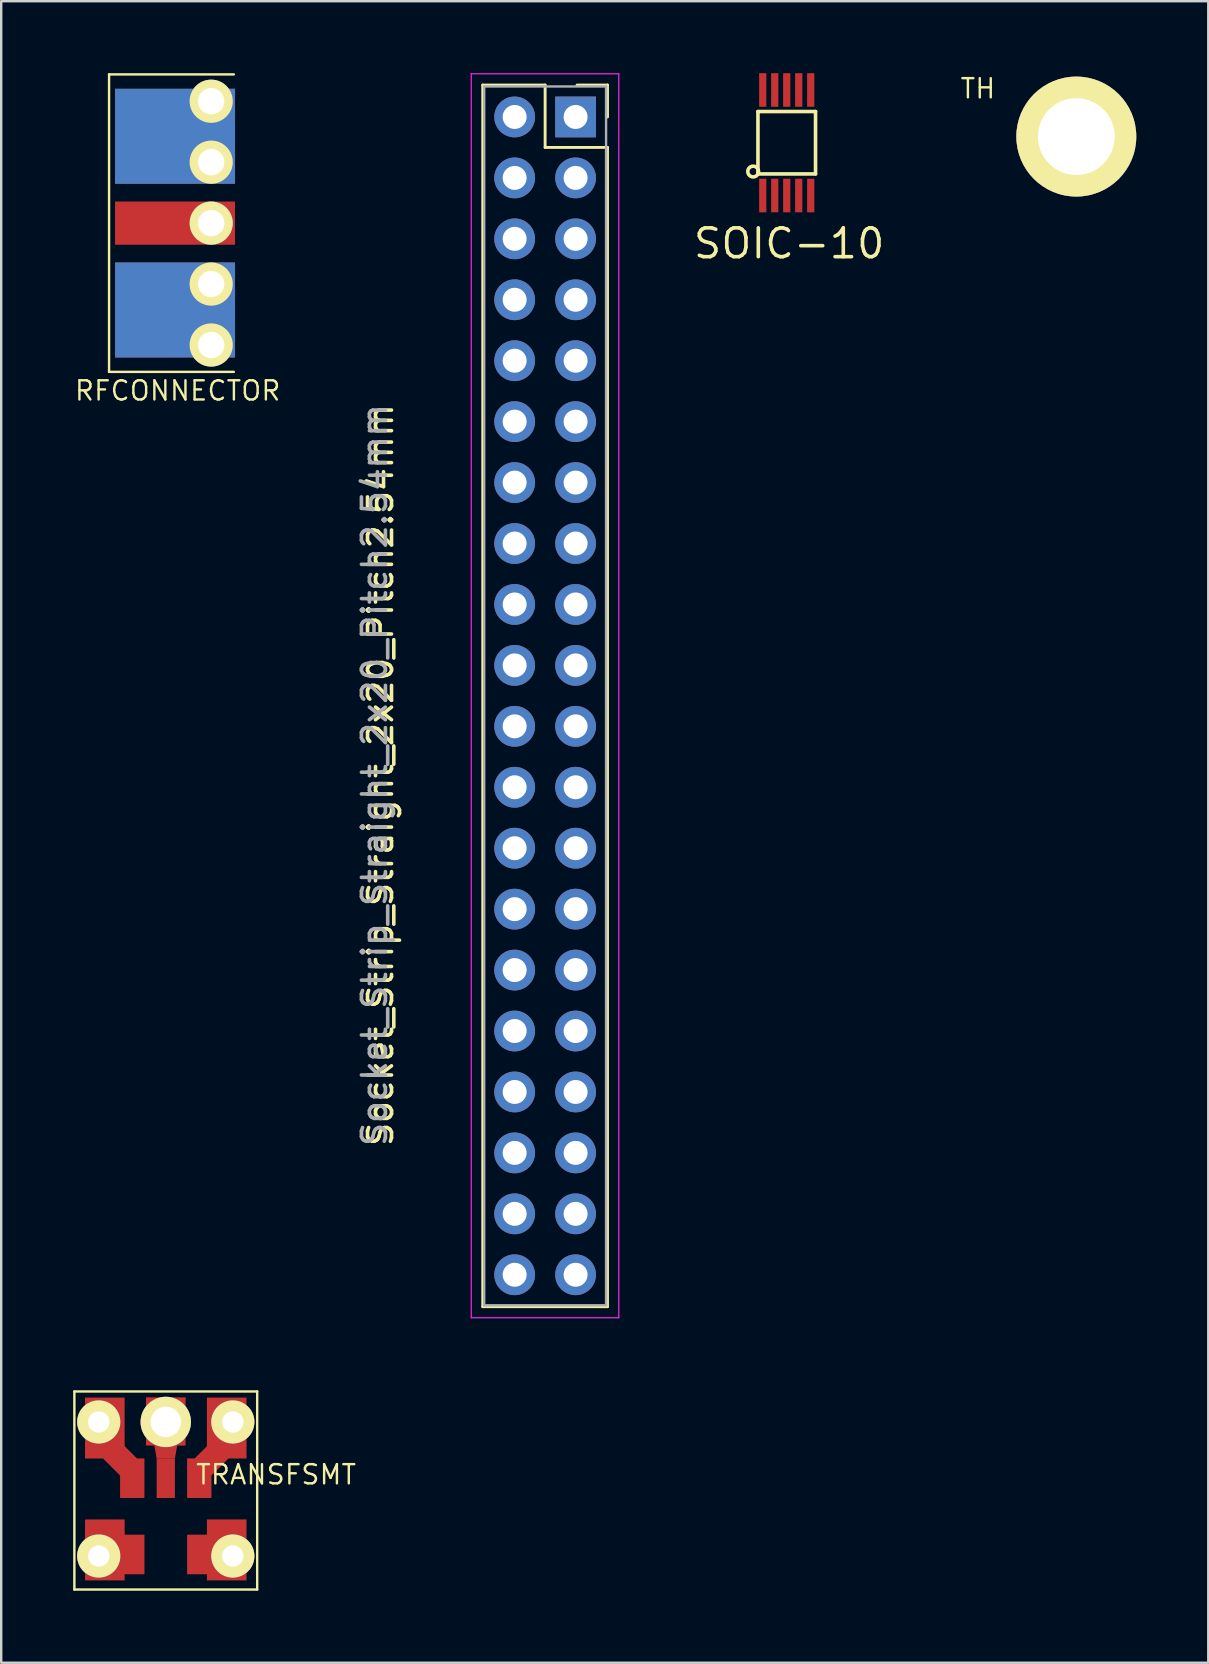
<source format=kicad_pcb>
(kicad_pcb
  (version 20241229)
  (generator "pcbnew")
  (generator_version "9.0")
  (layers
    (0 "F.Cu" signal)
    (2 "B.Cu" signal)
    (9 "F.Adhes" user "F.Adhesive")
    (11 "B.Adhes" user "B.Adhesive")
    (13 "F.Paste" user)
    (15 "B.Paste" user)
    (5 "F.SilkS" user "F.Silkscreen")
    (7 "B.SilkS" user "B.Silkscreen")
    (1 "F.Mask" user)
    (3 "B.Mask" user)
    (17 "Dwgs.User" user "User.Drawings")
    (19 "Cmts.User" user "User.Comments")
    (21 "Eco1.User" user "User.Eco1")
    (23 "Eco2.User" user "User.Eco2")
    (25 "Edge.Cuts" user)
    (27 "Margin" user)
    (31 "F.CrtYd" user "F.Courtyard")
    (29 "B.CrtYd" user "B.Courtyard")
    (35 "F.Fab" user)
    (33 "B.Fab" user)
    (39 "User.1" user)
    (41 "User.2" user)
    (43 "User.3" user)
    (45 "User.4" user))
  (footprint "SOIC-10"
    (layer "F.Cu")
    (at 29.743 2.9)
    (property "Reference" "SOIC-10" (at 0.1 4.2 180) (layer "F.SilkS") (effects (font (size 1.2 1.2) (thickness 0.15))))
    (attr through_hole)
    (fp_line (start -1.2 -1.3) (end 1.2 -1.3) (stroke (width 0.15) (type solid)) (layer "F.SilkS"))
    (fp_line (start -1.2 1.3) (end -1.2 -1.3) (stroke (width 0.15) (type solid)) (layer "F.SilkS"))
    (fp_line (start 1.2 -1.3) (end 1.2 1.3) (stroke (width 0.15) (type solid)) (layer "F.SilkS"))
    (fp_line (start 1.2 1.3) (end -1.2 1.3) (stroke (width 0.15) (type solid)) (layer "F.SilkS"))
    (fp_circle (center -1.4 1.2) (end -1.6 1.1) (stroke (width 0.15) (type solid)) (fill no) (layer "F.SilkS"))
    (pad "1" smd rect (at -1 2.2) (size 0.3 1.4) (layers "F.Cu" "F.Mask" "F.Paste"))
    (pad "2" smd rect (at -0.5 2.2) (size 0.3 1.4) (layers "F.Cu" "F.Mask" "F.Paste"))
    (pad "3" smd rect (at 0 2.2) (size 0.3 1.4) (layers "F.Cu" "F.Mask" "F.Paste"))
    (pad "4" smd rect (at 0.5 2.2) (size 0.3 1.4) (layers "F.Cu" "F.Mask" "F.Paste"))
    (pad "5" smd rect (at 1 2.2) (size 0.3 1.4) (layers "F.Cu" "F.Mask" "F.Paste"))
    (pad "6" smd rect (at 1 -2.2) (size 0.3 1.4) (layers "F.Cu" "F.Mask" "F.Paste"))
    (pad "7" smd rect (at 0.5 -2.2) (size 0.3 1.4) (layers "F.Cu" "F.Mask" "F.Paste"))
    (pad "8" smd rect (at 0 -2.2) (size 0.3 1.4) (layers "F.Cu" "F.Mask" "F.Paste"))
    (pad "9" smd rect (at -0.5 -2.2) (size 0.3 1.4) (layers "F.Cu" "F.Mask" "F.Paste"))
    (pad "10" smd rect (at -1 -2.2) (size 0.3 1.4) (layers "F.Cu" "F.Mask" "F.Paste")))
  (footprint "TH"
    (layer "F.Cu")
    (at 41.813 2.643)
    (property "Reference" "TH" (at -4.1 -2 0) (layer "F.SilkS") (effects (font (size 0.8 0.8) (thickness 0.1))))
    (attr through_hole)
    (pad "1" thru_hole circle (at 0 0) (size 5 5) (drill 3.2) (layers "*.Cu" "*.Mask" "F.SilkS")))
  (footprint "Socket_Strip_Straight_2x20_Pitch2.54mm"
    (layer "F.Cu")
    (at 20.942 1.825)
    (property "Reference" "Socket_Strip_Straight_2x20_Pitch2.54mm" (at -8.128 27.432 90) (layer "F.SilkS") (effects (font (size 1 1) (thickness 0.15))))
    (attr through_hole)
    (fp_line (start -3.87 -1.33) (end -1.27 -1.33) (stroke (width 0.12) (type solid)) (layer "F.SilkS"))
    (fp_line (start -3.87 49.59) (end -3.87 -1.33) (stroke (width 0.12) (type solid)) (layer "F.SilkS"))
    (fp_line (start -1.27 -1.33) (end -1.27 1.27) (stroke (width 0.12) (type solid)) (layer "F.SilkS"))
    (fp_line (start -1.27 1.27) (end 1.33 1.27) (stroke (width 0.12) (type solid)) (layer "F.SilkS"))
    (fp_line (start 1.33 -1.33) (end 0.06 -1.33) (stroke (width 0.12) (type solid)) (layer "F.SilkS"))
    (fp_line (start 1.33 0) (end 1.33 -1.33) (stroke (width 0.12) (type solid)) (layer "F.SilkS"))
    (fp_line (start 1.33 1.27) (end 1.33 49.59) (stroke (width 0.12) (type solid)) (layer "F.SilkS"))
    (fp_line (start 1.33 49.59) (end -3.87 49.59) (stroke (width 0.12) (type solid)) (layer "F.SilkS"))
    (fp_line (start -4.35 -1.8) (end -4.35 50.05) (stroke (width 0.05) (type solid)) (layer "F.CrtYd"))
    (fp_line (start -4.35 50.05) (end 1.8 50.05) (stroke (width 0.05) (type solid)) (layer "F.CrtYd"))
    (fp_line (start 1.8 -1.8) (end -4.35 -1.8) (stroke (width 0.05) (type solid)) (layer "F.CrtYd"))
    (fp_line (start 1.8 50.05) (end 1.8 -1.8) (stroke (width 0.05) (type solid)) (layer "F.CrtYd"))
    (fp_line (start -3.81 -1.27) (end -3.81 49.53) (stroke (width 0.1) (type solid)) (layer "F.Fab"))
    (fp_line (start -3.81 49.53) (end 1.27 49.53) (stroke (width 0.1) (type solid)) (layer "F.Fab"))
    (fp_line (start 1.27 -1.27) (end -3.81 -1.27) (stroke (width 0.1) (type solid)) (layer "F.Fab"))
    (fp_line (start 1.27 49.53) (end 1.27 -1.27) (stroke (width 0.1) (type solid)) (layer "F.Fab"))
    (fp_text user "${REFERENCE}" (at -8.382 27.432 90) (layer "F.Fab") (effects (font (size 1 1) (thickness 0.15))))
    (pad "1" thru_hole rect (at 0 0) (size 1.7 1.7) (drill 1) (layers "*.Cu" "*.Mask"))
    (pad "2" thru_hole oval (at -2.54 0) (size 1.7 1.7) (drill 1) (layers "*.Cu" "*.Mask"))
    (pad "3" thru_hole oval (at 0 2.54) (size 1.7 1.7) (drill 1) (layers "*.Cu" "*.Mask"))
    (pad "4" thru_hole oval (at -2.54 2.54) (size 1.7 1.7) (drill 1) (layers "*.Cu" "*.Mask"))
    (pad "5" thru_hole oval (at 0 5.08) (size 1.7 1.7) (drill 1) (layers "*.Cu" "*.Mask"))
    (pad "6" thru_hole oval (at -2.54 5.08) (size 1.7 1.7) (drill 1) (layers "*.Cu" "*.Mask"))
    (pad "7" thru_hole oval (at 0 7.62) (size 1.7 1.7) (drill 1) (layers "*.Cu" "*.Mask"))
    (pad "8" thru_hole oval (at -2.54 7.62) (size 1.7 1.7) (drill 1) (layers "*.Cu" "*.Mask"))
    (pad "9" thru_hole oval (at 0 10.16) (size 1.7 1.7) (drill 1) (layers "*.Cu" "*.Mask"))
    (pad "10" thru_hole oval (at -2.54 10.16) (size 1.7 1.7) (drill 1) (layers "*.Cu" "*.Mask"))
    (pad "11" thru_hole oval (at 0 12.7) (size 1.7 1.7) (drill 1) (layers "*.Cu" "*.Mask"))
    (pad "12" thru_hole oval (at -2.54 12.7) (size 1.7 1.7) (drill 1) (layers "*.Cu" "*.Mask"))
    (pad "13" thru_hole oval (at 0 15.24) (size 1.7 1.7) (drill 1) (layers "*.Cu" "*.Mask"))
    (pad "14" thru_hole oval (at -2.54 15.24) (size 1.7 1.7) (drill 1) (layers "*.Cu" "*.Mask"))
    (pad "15" thru_hole oval (at 0 17.78) (size 1.7 1.7) (drill 1) (layers "*.Cu" "*.Mask"))
    (pad "16" thru_hole oval (at -2.54 17.78) (size 1.7 1.7) (drill 1) (layers "*.Cu" "*.Mask"))
    (pad "17" thru_hole oval (at 0 20.32) (size 1.7 1.7) (drill 1) (layers "*.Cu" "*.Mask"))
    (pad "18" thru_hole oval (at -2.54 20.32) (size 1.7 1.7) (drill 1) (layers "*.Cu" "*.Mask"))
    (pad "19" thru_hole oval (at 0 22.86) (size 1.7 1.7) (drill 1) (layers "*.Cu" "*.Mask"))
    (pad "20" thru_hole oval (at -2.54 22.86) (size 1.7 1.7) (drill 1) (layers "*.Cu" "*.Mask"))
    (pad "21" thru_hole oval (at 0 25.4) (size 1.7 1.7) (drill 1) (layers "*.Cu" "*.Mask"))
    (pad "22" thru_hole oval (at -2.54 25.4) (size 1.7 1.7) (drill 1) (layers "*.Cu" "*.Mask"))
    (pad "23" thru_hole oval (at 0 27.94) (size 1.7 1.7) (drill 1) (layers "*.Cu" "*.Mask"))
    (pad "24" thru_hole oval (at -2.54 27.94) (size 1.7 1.7) (drill 1) (layers "*.Cu" "*.Mask"))
    (pad "25" thru_hole oval (at 0 30.48) (size 1.7 1.7) (drill 1) (layers "*.Cu" "*.Mask"))
    (pad "26" thru_hole oval (at -2.54 30.48) (size 1.7 1.7) (drill 1) (layers "*.Cu" "*.Mask"))
    (pad "27" thru_hole oval (at 0 33.02) (size 1.7 1.7) (drill 1) (layers "*.Cu" "*.Mask"))
    (pad "28" thru_hole oval (at -2.54 33.02) (size 1.7 1.7) (drill 1) (layers "*.Cu" "*.Mask"))
    (pad "29" thru_hole oval (at 0 35.56) (size 1.7 1.7) (drill 1) (layers "*.Cu" "*.Mask"))
    (pad "30" thru_hole oval (at -2.54 35.56) (size 1.7 1.7) (drill 1) (layers "*.Cu" "*.Mask"))
    (pad "31" thru_hole oval (at 0 38.1) (size 1.7 1.7) (drill 1) (layers "*.Cu" "*.Mask"))
    (pad "32" thru_hole oval (at -2.54 38.1) (size 1.7 1.7) (drill 1) (layers "*.Cu" "*.Mask"))
    (pad "33" thru_hole oval (at 0 40.64) (size 1.7 1.7) (drill 1) (layers "*.Cu" "*.Mask"))
    (pad "34" thru_hole oval (at -2.54 40.64) (size 1.7 1.7) (drill 1) (layers "*.Cu" "*.Mask"))
    (pad "35" thru_hole oval (at 0 43.18) (size 1.7 1.7) (drill 1) (layers "*.Cu" "*.Mask"))
    (pad "36" thru_hole oval (at -2.54 43.18) (size 1.7 1.7) (drill 1) (layers "*.Cu" "*.Mask"))
    (pad "37" thru_hole oval (at 0 45.72) (size 1.7 1.7) (drill 1) (layers "*.Cu" "*.Mask"))
    (pad "38" thru_hole oval (at -2.54 45.72) (size 1.7 1.7) (drill 1) (layers "*.Cu" "*.Mask"))
    (pad "39" thru_hole oval (at 0 48.26) (size 1.7 1.7) (drill 1) (layers "*.Cu" "*.Mask"))
    (pad "40" thru_hole oval (at -2.54 48.26) (size 1.7 1.7) (drill 1) (layers "*.Cu" "*.Mask")))
  (footprint "RFCONNECTOR"
    (layer "F.Cu")
    (at 6.896 6.25)
    (property "Reference" "RFCONNECTOR" (at -2.54 6.985 0) (layer "F.SilkS") (effects (font (size 0.8 0.8) (thickness 0.1))))
    (attr through_hole)
    (fp_line (start -5.4 -6.2) (end -0.2 -6.2) (stroke (width 0.1) (type solid)) (layer "F.SilkS"))
    (fp_line (start -5.4 6.2) (end -5.4 -6.2) (stroke (width 0.1) (type solid)) (layer "F.SilkS"))
    (fp_line (start -0.2 6.2) (end -5.4 6.2) (stroke (width 0.1) (type solid)) (layer "F.SilkS"))
    (pad "1" smd rect (at -2.65 0) (size 5 1.8) (layers "F.Cu" "F.Mask" "F.Paste"))
    (pad "1" thru_hole circle (at -1.143 0) (size 1.8 1.8) (drill 1.1) (layers "*.Cu" "*.Mask" "F.SilkS"))
    (pad "2" smd rect (at -2.65 -3.62) (size 5 3.96) (layers "F.Cu" "F.Mask" "F.Paste"))
    (pad "2" smd rect (at -2.65 -3.62) (size 5 3.96) (layers "B.Cu" "B.Mask" "B.Paste"))
    (pad "2" smd rect (at -2.65 3.62) (size 5 3.96) (layers "F.Cu" "F.Mask" "F.Paste"))
    (pad "2" smd rect (at -2.65 3.62) (size 5 3.96) (layers "B.Cu" "B.Mask" "B.Paste"))
    (pad "2" thru_hole circle (at -1.143 -5.08) (size 1.8 1.8) (drill 1.1) (layers "*.Cu" "*.Mask" "F.SilkS"))
    (pad "2" thru_hole circle (at -1.143 -2.54) (size 1.8 1.8) (drill 1.1) (layers "*.Cu" "*.Mask" "F.SilkS"))
    (pad "2" thru_hole circle (at -1.143 2.54) (size 1.8 1.8) (drill 1.1) (layers "*.Cu" "*.Mask" "F.SilkS"))
    (pad "2" thru_hole circle (at -1.143 5.08) (size 1.8 1.8) (drill 1.1) (layers "*.Cu" "*.Mask" "F.SilkS")))
  (footprint "TRANSFSMT"
    (layer "F.Cu")
    (at 3.86 59.014)
    (property "Reference" "TRANSFSMT" (at 4.6 -0.6 0) (layer "F.SilkS") (effects (font (size 0.8 0.8) (thickness 0.1))))
    (attr through_hole)
    (fp_line (start -3.81 -4.064) (end -3.81 4.191) (stroke (width 0.1) (type solid)) (layer "F.SilkS"))
    (fp_line (start -3.81 -4.064) (end 3.81 -4.064) (stroke (width 0.1) (type solid)) (layer "F.SilkS"))
    (fp_line (start -3.81 4.191) (end 3.81 4.191) (stroke (width 0.1) (type solid)) (layer "F.SilkS"))
    (fp_line (start 3.81 4.191) (end 3.81 -4.064) (stroke (width 0.1) (type solid)) (layer "F.SilkS"))
    (pad "1" smd rect (at 1.397 -0.45) (size 1.015 1.65) (layers "F.Cu" "F.Mask" "F.Paste"))
    (pad "1" smd rect (at 1.905 -1.27 45) (size 1 1) (layers "F.Cu" "F.Mask" "F.Paste"))
    (pad "1" smd rect (at 2.54 -2.54) (size 1.65 2.54) (layers "F.Cu" "F.Mask" "F.Paste"))
    (pad "1" thru_hole circle (at 2.794 -2.794) (size 1.8 1.8) (drill 0.89) (layers "*.Cu" "*.Mask" "F.SilkS"))
    (pad "2" smd rect (at 0 -2.81) (size 1.65 2) (layers "F.Cu" "F.Mask" "F.Paste"))
    (pad "2" thru_hole circle (at 0 -2.794) (size 2.1 2.1) (drill 1.27) (layers "*.Cu" "*.Mask" "F.SilkS"))
    (pad "2" smd trapezoid (at 0 -2.54) (size 1.21 2.54) (rect_delta 0 -0.45) (layers "F.Cu" "F.Mask" "F.Paste"))
    (pad "2" smd rect (at 0 -0.45) (size 0.76 1.65) (layers "F.Cu" "F.Mask" "F.Paste"))
    (pad "3" thru_hole circle (at -2.794 -2.794) (size 1.8 1.8) (drill 0.89) (layers "*.Cu" "*.Mask" "F.SilkS"))
    (pad "3" smd rect (at -2.54 -2.54) (size 1.65 2.54) (layers "F.Cu" "F.Mask" "F.Paste"))
    (pad "3" smd rect (at -1.905 -1.27 45) (size 1 1) (layers "F.Cu" "F.Mask" "F.Paste"))
    (pad "3" smd rect (at -1.397 -0.45) (size 1.015 1.65) (layers "F.Cu" "F.Mask" "F.Paste"))
    (pad "4" thru_hole circle (at -2.794 2.794) (size 1.8 1.8) (drill 0.89) (layers "*.Cu" "*.Mask" "F.SilkS"))
    (pad "4" smd rect (at -2.54 2.54) (size 1.65 2.54) (layers "F.Cu" "F.Mask" "F.Paste"))
    (pad "4" smd rect (at -1.397 2.73) (size 1.015 1.65) (layers "F.Cu" "F.Mask" "F.Paste"))
    (pad "5" smd rect (at 1.397 2.73) (size 1.015 1.65) (layers "F.Cu" "F.Mask" "F.Paste"))
    (pad "5" smd rect (at 2.54 2.54) (size 1.65 2.54) (layers "F.Cu" "F.Mask" "F.Paste"))
    (pad "5" thru_hole circle (at 2.794 2.794) (size 1.8 1.8) (drill 0.89) (layers "*.Cu" "*.Mask" "F.SilkS")))
  (gr_rect
    (start -3 -3)
    (end 47.313 66.255)
    (stroke (width 0.1) (type default))
    (fill no)
    (layer "Edge.Cuts")))
</source>
